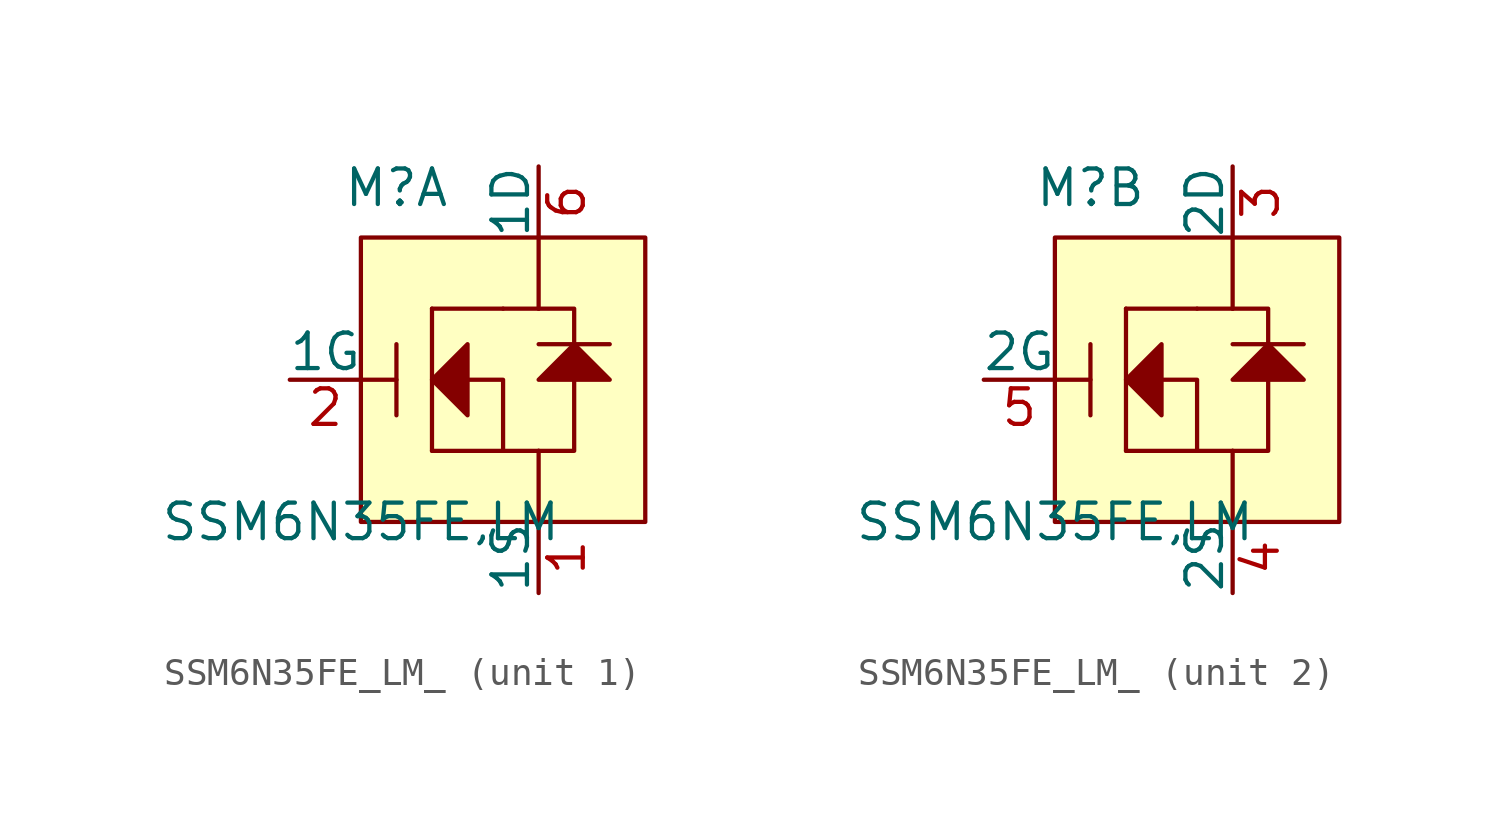
<source format=kicad_sym>
(kicad_symbol_lib
  (version 20231120)
  (generator "kicad_symbol_editor")
  (generator_version "8.0")
  (symbol "SSM6N35FE_LM_"
    (pin_names
      (offset 0))
    (property "Reference" "M"
      (at 1.27 11.938 0)
      (effects (font (size 1.27 1.27))))
    (property "Value" "SSM6N35FE,LM"
      (at 0 0 0)
      (effects (font (size 1.27 1.27))))
    (property "ki_locked" ""
      (at 0 0 0)
      (effects (font (size 1.27 1.27))))
    (symbol "SSM6N35FE_LM__1_1"
      (polyline (pts (xy 1.27 5.08) (xy 0 5.08)) (stroke (width 0) (type default)) (fill (type none)))
      (polyline (pts (xy 1.27 6.35) (xy 1.27 3.81)) (stroke (width 0) (type default)) (fill (type none)))
      (polyline (pts (xy 2.54 7.62) (xy 2.54 2.54)) (stroke (width 0) (type default)) (fill (type none)))
      (polyline (pts (xy 2.54 7.62) (xy 5.08 7.62)) (stroke (width 0) (type default)) (fill (type none)))
      (polyline (pts (xy 5.08 2.54) (xy 6.35 2.54)) (stroke (width 0) (type default)) (fill (type none)))
      (polyline (pts (xy 5.08 7.62) (xy 6.35 7.62)) (stroke (width 0) (type default)) (fill (type none)))
      (polyline (pts (xy 6.35 2.54) (xy 6.35 0)) (stroke (width 0) (type default)) (fill (type none)))
      (polyline (pts (xy 6.35 6.35) (xy 8.89 6.35)) (stroke (width 0) (type default)) (fill (type none)))
      (polyline (pts (xy 6.35 7.62) (xy 6.35 10.16)) (stroke (width 0) (type default)) (fill (type none)))
      (polyline (pts (xy 6.35 2.54) (xy 7.62 2.54) (xy 7.62 5.08)) (stroke (width 0) (type default)) (fill (type none)))
      (polyline (pts (xy 6.35 7.62) (xy 7.62 7.62) (xy 7.62 6.35)) (stroke (width 0) (type default)) (fill (type none)))
      (polyline (pts (xy 2.54 2.54) (xy 5.08 2.54) (xy 5.08 5.08) (xy 3.81 5.08)) (stroke (width 0) (type default)) (fill (type none)))
      (polyline (pts (xy 2.54 5.08) (xy 3.81 6.35) (xy 3.81 3.81) (xy 2.54 5.08)) (stroke (width 0) (type default)) (fill (type outline)))
      (polyline (pts (xy 7.62 6.35) (xy 8.89 5.08) (xy 6.35 5.08) (xy 7.62 6.35)) (stroke (width 0) (type default)) (fill (type outline)))
      (rectangle (start 0 10.16) (end 10.16 0) (stroke (width 0) (type default)) (fill (type background)))
      (pin bidirectional line (at 6.35 -2.54 90) (length 2.54) (name "1S" (effects (font (size 1.27 1.27)))) (number "1" (effects (font (size 1.27 1.27)))))
      (pin input line (at -2.54 5.08 0) (length 2.54) (name "1G" (effects (font (size 1.27 1.27)))) (number "2" (effects (font (size 1.27 1.27)))))
      (pin bidirectional line (at 6.35 12.7 270) (length 2.54) (name "1D" (effects (font (size 1.27 1.27)))) (number "6" (effects (font (size 1.27 1.27))))))
    (symbol "SSM6N35FE_LM__2_1"
      (polyline (pts (xy 1.27 5.08) (xy 0 5.08)) (stroke (width 0) (type default)) (fill (type none)))
      (polyline (pts (xy 1.27 6.35) (xy 1.27 3.81)) (stroke (width 0) (type default)) (fill (type none)))
      (polyline (pts (xy 2.54 7.62) (xy 2.54 2.54)) (stroke (width 0) (type default)) (fill (type none)))
      (polyline (pts (xy 2.54 7.62) (xy 5.08 7.62)) (stroke (width 0) (type default)) (fill (type none)))
      (polyline (pts (xy 5.08 2.54) (xy 6.35 2.54)) (stroke (width 0) (type default)) (fill (type none)))
      (polyline (pts (xy 5.08 7.62) (xy 6.35 7.62)) (stroke (width 0) (type default)) (fill (type none)))
      (polyline (pts (xy 6.35 2.54) (xy 6.35 0)) (stroke (width 0) (type default)) (fill (type none)))
      (polyline (pts (xy 6.35 6.35) (xy 8.89 6.35)) (stroke (width 0) (type default)) (fill (type none)))
      (polyline (pts (xy 6.35 7.62) (xy 6.35 10.16)) (stroke (width 0) (type default)) (fill (type none)))
      (polyline (pts (xy 6.35 2.54) (xy 7.62 2.54) (xy 7.62 5.08)) (stroke (width 0) (type default)) (fill (type none)))
      (polyline (pts (xy 6.35 7.62) (xy 7.62 7.62) (xy 7.62 6.35)) (stroke (width 0) (type default)) (fill (type none)))
      (polyline (pts (xy 2.54 2.54) (xy 5.08 2.54) (xy 5.08 5.08) (xy 3.81 5.08)) (stroke (width 0) (type default)) (fill (type none)))
      (polyline (pts (xy 2.54 5.08) (xy 3.81 6.35) (xy 3.81 3.81) (xy 2.54 5.08)) (stroke (width 0) (type default)) (fill (type outline)))
      (polyline (pts (xy 7.62 6.35) (xy 8.89 5.08) (xy 6.35 5.08) (xy 7.62 6.35)) (stroke (width 0) (type default)) (fill (type outline)))
      (rectangle (start 0 10.16) (end 10.16 0) (stroke (width 0) (type default)) (fill (type background)))
      (pin bidirectional line (at 6.35 12.7 270) (length 2.54) (name "2D" (effects (font (size 1.27 1.27)))) (number "3" (effects (font (size 1.27 1.27)))))
      (pin bidirectional line (at 6.35 -2.54 90) (length 2.54) (name "2S" (effects (font (size 1.27 1.27)))) (number "4" (effects (font (size 1.27 1.27)))))
      (pin bidirectional line (at -2.54 5.08 0) (length 2.54) (name "2G" (effects (font (size 1.27 1.27)))) (number "5" (effects (font (size 1.27 1.27))))))))
</source>
